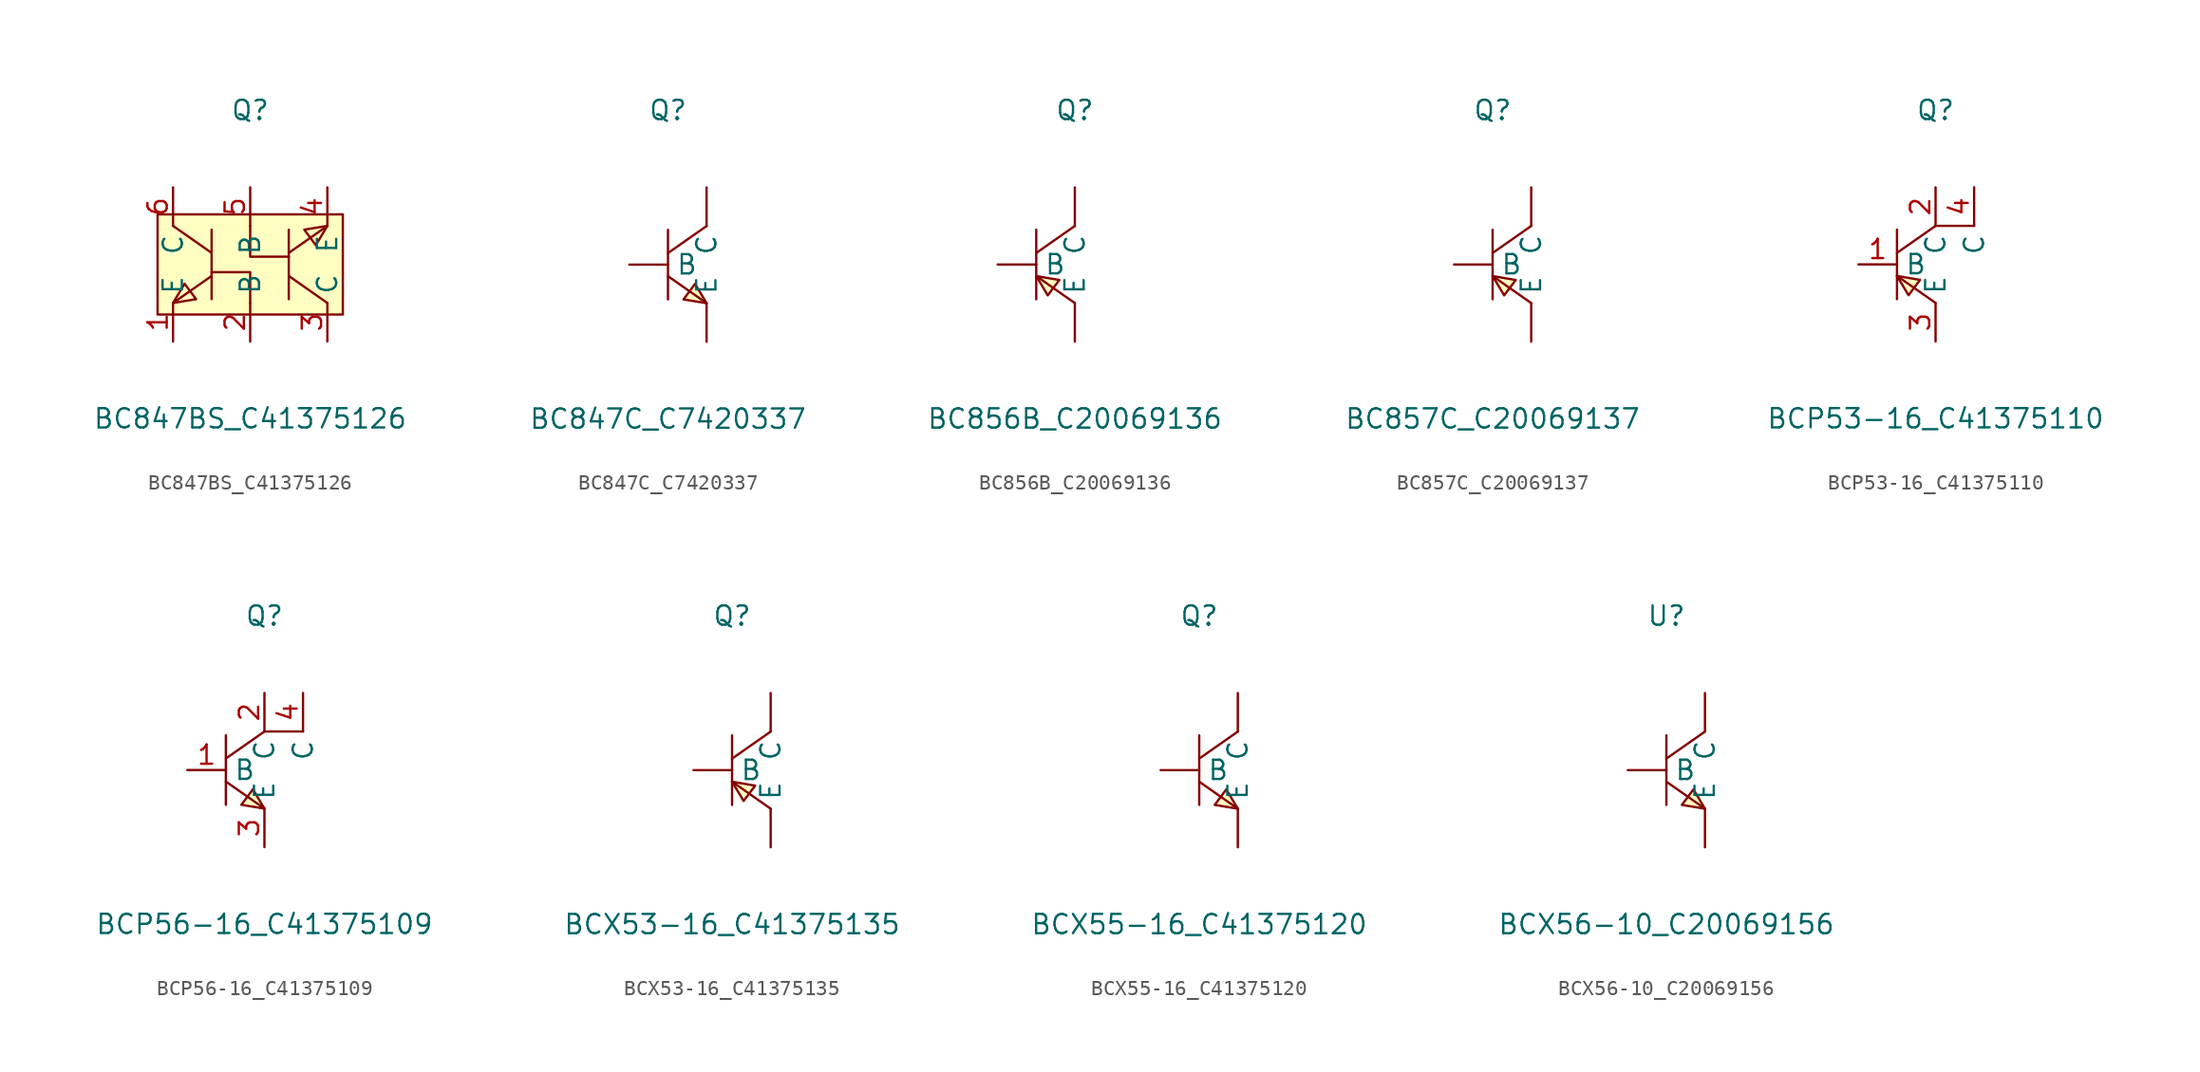
<source format=kicad_sym>
(kicad_symbol_lib
  (version 20241209)
  (generator "kicad_symbol_editor")
  (generator_version "9.0")
  (symbol "BC847BS_C41375126"
    (property "Reference" "Q"
      (at 0 10.16 0)
      (effects (font (size 1.27 1.27))))
    (property "Value" "BC847BS_C41375126"
      (at 0 -10.16 0)
      (effects (font (size 1.27 1.27))))
    (symbol "BC847BS_C41375126_0_1"
      (rectangle (start -6.1 3.3) (end 6.1 -3.3) (stroke (width 0) (type default)) (fill (type background)))
      (polyline (pts (xy -5.08 2.54) (xy -2.54 0.76)) (stroke (width 0) (type default)) (fill (type none)))
      (polyline (pts (xy -5.08 -2.54) (xy -4.32 -1.27) (xy -3.56 -2.29) (xy -5.08 -2.54)) (stroke (width 0) (type default)) (fill (type background)))
      (polyline (pts (xy -2.54 2.29) (xy -2.54 -2.29)) (stroke (width 0) (type default)) (fill (type none)))
      (polyline (pts (xy -2.54 -0.76) (xy -5.08 -2.54)) (stroke (width 0) (type default)) (fill (type none)))
      (polyline (pts (xy 0 2.54) (xy 0 0.51) (xy 2.54 0.51)) (stroke (width 0) (type default)) (fill (type none)))
      (polyline (pts (xy 0 -2.54) (xy 0 -0.51) (xy -2.54 -0.51)) (stroke (width 0) (type default)) (fill (type none)))
      (polyline (pts (xy 2.54 0.76) (xy 5.08 2.54)) (stroke (width 0) (type default)) (fill (type none)))
      (polyline (pts (xy 2.54 -2.29) (xy 2.54 2.29)) (stroke (width 0) (type default)) (fill (type none)))
      (polyline (pts (xy 5.08 2.54) (xy 4.32 1.27) (xy 3.56 2.29) (xy 5.08 2.54)) (stroke (width 0) (type default)) (fill (type background)))
      (polyline (pts (xy 5.08 -2.54) (xy 2.54 -0.76)) (stroke (width 0) (type default)) (fill (type none)))
      (pin input line (at -5.08 5.08 270) (length 2.54) (name "C" (effects (font (size 1.27 1.27)))) (number "6" (effects (font (size 1.27 1.27)))))
      (pin input line (at -5.08 -5.08 90) (length 2.54) (name "E" (effects (font (size 1.27 1.27)))) (number "1" (effects (font (size 1.27 1.27)))))
      (pin input line (at 0 5.08 270) (length 2.54) (name "B" (effects (font (size 1.27 1.27)))) (number "5" (effects (font (size 1.27 1.27)))))
      (pin input line (at 0 -5.08 90) (length 2.54) (name "B" (effects (font (size 1.27 1.27)))) (number "2" (effects (font (size 1.27 1.27)))))
      (pin input line (at 5.08 5.08 270) (length 2.54) (name "E" (effects (font (size 1.27 1.27)))) (number "4" (effects (font (size 1.27 1.27)))))
      (pin input line (at 5.08 -5.08 90) (length 2.54) (name "C" (effects (font (size 1.27 1.27)))) (number "3" (effects (font (size 1.27 1.27)))))))
  (symbol "BC847C_C7420337"
    (pin_numbers
      (hide yes))
    (property "Reference" "Q"
      (at 0 10.16 0)
      (effects (font (size 1.27 1.27))))
    (property "Value" "BC847C_C7420337"
      (at 0 -10.16 0)
      (effects (font (size 1.27 1.27))))
    (symbol "BC847C_C7420337_0_1"
      (polyline (pts (xy 0 2.29) (xy 0 -2.29)) (stroke (width 0) (type default)) (fill (type none)))
      (polyline (pts (xy 0 -0.76) (xy 2.54 -2.54)) (stroke (width 0) (type default)) (fill (type none)))
      (polyline (pts (xy 2.54 2.54) (xy 0 0.76)) (stroke (width 0) (type default)) (fill (type none)))
      (polyline (pts (xy 2.54 -2.54) (xy 1.78 -1.27) (xy 1.02 -2.29) (xy 2.54 -2.54)) (stroke (width 0) (type default)) (fill (type background)))
      (pin input line (at -2.54 0 0) (length 2.54) (name "B" (effects (font (size 1.27 1.27)))) (number "1" (effects (font (size 1.27 1.27)))))
      (pin input line (at 2.54 5.08 270) (length 2.54) (name "C" (effects (font (size 1.27 1.27)))) (number "3" (effects (font (size 1.27 1.27)))))
      (pin input line (at 2.54 -5.08 90) (length 2.54) (name "E" (effects (font (size 1.27 1.27)))) (number "2" (effects (font (size 1.27 1.27)))))))
  (symbol "BC856B_C20069136"
    (pin_numbers
      (hide yes))
    (property "Reference" "Q"
      (at 0 10.16 0)
      (effects (font (size 1.27 1.27))))
    (property "Value" "BC856B_C20069136"
      (at 0 -10.16 0)
      (effects (font (size 1.27 1.27))))
    (symbol "BC856B_C20069136_0_1"
      (polyline (pts (xy -2.54 2.29) (xy -2.54 -2.29)) (stroke (width 0) (type default)) (fill (type none)))
      (polyline (pts (xy -2.54 -0.76) (xy 0 -2.54)) (stroke (width 0) (type default)) (fill (type none)))
      (polyline (pts (xy -2.54 -0.76) (xy -1.78 -2.03) (xy -1.02 -1.02) (xy -2.54 -0.76)) (stroke (width 0) (type default)) (fill (type background)))
      (polyline (pts (xy 0 2.54) (xy -2.54 0.76)) (stroke (width 0) (type default)) (fill (type none)))
      (pin input line (at -5.08 0 0) (length 2.54) (name "B" (effects (font (size 1.27 1.27)))) (number "1" (effects (font (size 1.27 1.27)))))
      (pin input line (at 0 5.08 270) (length 2.54) (name "C" (effects (font (size 1.27 1.27)))) (number "3" (effects (font (size 1.27 1.27)))))
      (pin input line (at 0 -5.08 90) (length 2.54) (name "E" (effects (font (size 1.27 1.27)))) (number "2" (effects (font (size 1.27 1.27)))))))
  (symbol "BC857C_C20069137"
    (pin_numbers
      (hide yes))
    (property "Reference" "Q"
      (at 0 10.16 0)
      (effects (font (size 1.27 1.27))))
    (property "Value" "BC857C_C20069137"
      (at 0 -10.16 0)
      (effects (font (size 1.27 1.27))))
    (symbol "BC857C_C20069137_0_1"
      (polyline (pts (xy 0 2.29) (xy 0 -2.29)) (stroke (width 0) (type default)) (fill (type none)))
      (polyline (pts (xy 0 -0.76) (xy 2.54 -2.54)) (stroke (width 0) (type default)) (fill (type none)))
      (polyline (pts (xy 0 -0.76) (xy 0.76 -2.03) (xy 1.52 -1.02) (xy 0 -0.76)) (stroke (width 0) (type default)) (fill (type background)))
      (polyline (pts (xy 2.54 2.54) (xy 0 0.76)) (stroke (width 0) (type default)) (fill (type none)))
      (pin input line (at -2.54 0 0) (length 2.54) (name "B" (effects (font (size 1.27 1.27)))) (number "1" (effects (font (size 1.27 1.27)))))
      (pin input line (at 2.54 5.08 270) (length 2.54) (name "C" (effects (font (size 1.27 1.27)))) (number "3" (effects (font (size 1.27 1.27)))))
      (pin input line (at 2.54 -5.08 90) (length 2.54) (name "E" (effects (font (size 1.27 1.27)))) (number "2" (effects (font (size 1.27 1.27)))))))
  (symbol "BCP53-16_C41375110"
    (property "Reference" "Q"
      (at 0 10.16 0)
      (effects (font (size 1.27 1.27))))
    (property "Value" "BCP53-16_C41375110"
      (at 0 -10.16 0)
      (effects (font (size 1.27 1.27))))
    (symbol "BCP53-16_C41375110_0_1"
      (polyline (pts (xy -2.54 2.29) (xy -2.54 -2.29)) (stroke (width 0) (type default)) (fill (type none)))
      (polyline (pts (xy -2.54 -0.76) (xy 0 -2.54)) (stroke (width 0) (type default)) (fill (type none)))
      (polyline (pts (xy -2.54 -0.76) (xy -1.78 -2.03) (xy -1.02 -1.02) (xy -2.54 -0.76)) (stroke (width 0) (type default)) (fill (type background)))
      (polyline (pts (xy 0 2.54) (xy -2.54 0.76)) (stroke (width 0) (type default)) (fill (type none)))
      (polyline (pts (xy 0 2.54) (xy 2.54 2.54)) (stroke (width 0) (type default)) (fill (type none)))
      (pin input line (at -5.08 0 0) (length 2.54) (name "B" (effects (font (size 1.27 1.27)))) (number "1" (effects (font (size 1.27 1.27)))))
      (pin input line (at 0 5.08 270) (length 2.54) (name "C" (effects (font (size 1.27 1.27)))) (number "2" (effects (font (size 1.27 1.27)))))
      (pin input line (at 0 -5.08 90) (length 2.54) (name "E" (effects (font (size 1.27 1.27)))) (number "3" (effects (font (size 1.27 1.27)))))
      (pin input line (at 2.54 5.08 270) (length 2.54) (name "C" (effects (font (size 1.27 1.27)))) (number "4" (effects (font (size 1.27 1.27)))))))
  (symbol "BCP56-16_C41375109"
    (property "Reference" "Q"
      (at 0 10.16 0)
      (effects (font (size 1.27 1.27))))
    (property "Value" "BCP56-16_C41375109"
      (at 0 -10.16 0)
      (effects (font (size 1.27 1.27))))
    (symbol "BCP56-16_C41375109_0_1"
      (polyline (pts (xy -2.54 2.29) (xy -2.54 -2.29)) (stroke (width 0) (type default)) (fill (type none)))
      (polyline (pts (xy -2.54 -0.76) (xy 0 -2.54)) (stroke (width 0) (type default)) (fill (type none)))
      (polyline (pts (xy 0 2.54) (xy -2.54 0.76)) (stroke (width 0) (type default)) (fill (type none)))
      (polyline (pts (xy 0 2.54) (xy 2.54 2.54)) (stroke (width 0) (type default)) (fill (type none)))
      (polyline (pts (xy 0 -2.54) (xy -0.76 -1.27) (xy -1.52 -2.29) (xy 0 -2.54)) (stroke (width 0) (type default)) (fill (type background)))
      (pin input line (at -5.08 0 0) (length 2.54) (name "B" (effects (font (size 1.27 1.27)))) (number "1" (effects (font (size 1.27 1.27)))))
      (pin input line (at 0 5.08 270) (length 2.54) (name "C" (effects (font (size 1.27 1.27)))) (number "2" (effects (font (size 1.27 1.27)))))
      (pin input line (at 0 -5.08 90) (length 2.54) (name "E" (effects (font (size 1.27 1.27)))) (number "3" (effects (font (size 1.27 1.27)))))
      (pin input line (at 2.54 5.08 270) (length 2.54) (name "C" (effects (font (size 1.27 1.27)))) (number "4" (effects (font (size 1.27 1.27)))))))
  (symbol "BCX53-16_C41375135"
    (pin_numbers
      (hide yes))
    (property "Reference" "Q"
      (at 0 10.16 0)
      (effects (font (size 1.27 1.27))))
    (property "Value" "BCX53-16_C41375135"
      (at 0 -10.16 0)
      (effects (font (size 1.27 1.27))))
    (symbol "BCX53-16_C41375135_0_1"
      (polyline (pts (xy 0 2.29) (xy 0 -2.29)) (stroke (width 0) (type default)) (fill (type none)))
      (polyline (pts (xy 0 -0.76) (xy 2.54 -2.54)) (stroke (width 0) (type default)) (fill (type none)))
      (polyline (pts (xy 0 -0.76) (xy 0.76 -2.03) (xy 1.52 -1.02) (xy 0 -0.76)) (stroke (width 0) (type default)) (fill (type background)))
      (polyline (pts (xy 2.54 2.54) (xy 0 0.76)) (stroke (width 0) (type default)) (fill (type none)))
      (pin input line (at -2.54 0 0) (length 2.54) (name "B" (effects (font (size 1.27 1.27)))) (number "1" (effects (font (size 1.27 1.27)))))
      (pin input line (at 2.54 5.08 270) (length 2.54) (name "C" (effects (font (size 1.27 1.27)))) (number "2" (effects (font (size 1.27 1.27)))))
      (pin input line (at 2.54 -5.08 90) (length 2.54) (name "E" (effects (font (size 1.27 1.27)))) (number "3" (effects (font (size 1.27 1.27)))))))
  (symbol "BCX55-16_C41375120"
    (pin_numbers
      (hide yes))
    (property "Reference" "Q"
      (at 0 10.16 0)
      (effects (font (size 1.27 1.27))))
    (property "Value" "BCX55-16_C41375120"
      (at 0 -10.16 0)
      (effects (font (size 1.27 1.27))))
    (symbol "BCX55-16_C41375120_0_1"
      (polyline (pts (xy 0 2.29) (xy 0 -2.29)) (stroke (width 0) (type default)) (fill (type none)))
      (polyline (pts (xy 0 -0.76) (xy 2.54 -2.54)) (stroke (width 0) (type default)) (fill (type none)))
      (polyline (pts (xy 2.54 2.54) (xy 0 0.76)) (stroke (width 0) (type default)) (fill (type none)))
      (polyline (pts (xy 2.54 -2.54) (xy 1.78 -1.27) (xy 1.02 -2.29) (xy 2.54 -2.54)) (stroke (width 0) (type default)) (fill (type background)))
      (pin unspecified line (at -2.54 0 0) (length 2.54) (name "B" (effects (font (size 1.27 1.27)))) (number "1" (effects (font (size 1.27 1.27)))))
      (pin unspecified line (at 2.54 5.08 270) (length 2.54) (name "C" (effects (font (size 1.27 1.27)))) (number "2" (effects (font (size 1.27 1.27)))))
      (pin unspecified line (at 2.54 -5.08 90) (length 2.54) (name "E" (effects (font (size 1.27 1.27)))) (number "3" (effects (font (size 1.27 1.27)))))))
  (symbol "BCX56-10_C20069156"
    (pin_numbers
      (hide yes))
    (property "Reference" "U"
      (at 0 10.16 0)
      (effects (font (size 1.27 1.27))))
    (property "Value" "BCX56-10_C20069156"
      (at 0 -10.16 0)
      (effects (font (size 1.27 1.27))))
    (symbol "BCX56-10_C20069156_0_1"
      (polyline (pts (xy 0 2.29) (xy 0 -2.29)) (stroke (width 0) (type default)) (fill (type none)))
      (polyline (pts (xy 0 -0.76) (xy 2.54 -2.54)) (stroke (width 0) (type default)) (fill (type none)))
      (polyline (pts (xy 2.54 2.54) (xy 0 0.76)) (stroke (width 0) (type default)) (fill (type none)))
      (polyline (pts (xy 2.54 -2.54) (xy 1.78 -1.27) (xy 1.02 -2.29) (xy 2.54 -2.54)) (stroke (width 0) (type default)) (fill (type background)))
      (pin unspecified line (at -2.54 0 0) (length 2.54) (name "B" (effects (font (size 1.27 1.27)))) (number "1" (effects (font (size 1.27 1.27)))))
      (pin unspecified line (at 2.54 5.08 270) (length 2.54) (name "C" (effects (font (size 1.27 1.27)))) (number "2" (effects (font (size 1.27 1.27)))))
      (pin unspecified line (at 2.54 -5.08 90) (length 2.54) (name "E" (effects (font (size 1.27 1.27)))) (number "3" (effects (font (size 1.27 1.27))))))))
</source>
